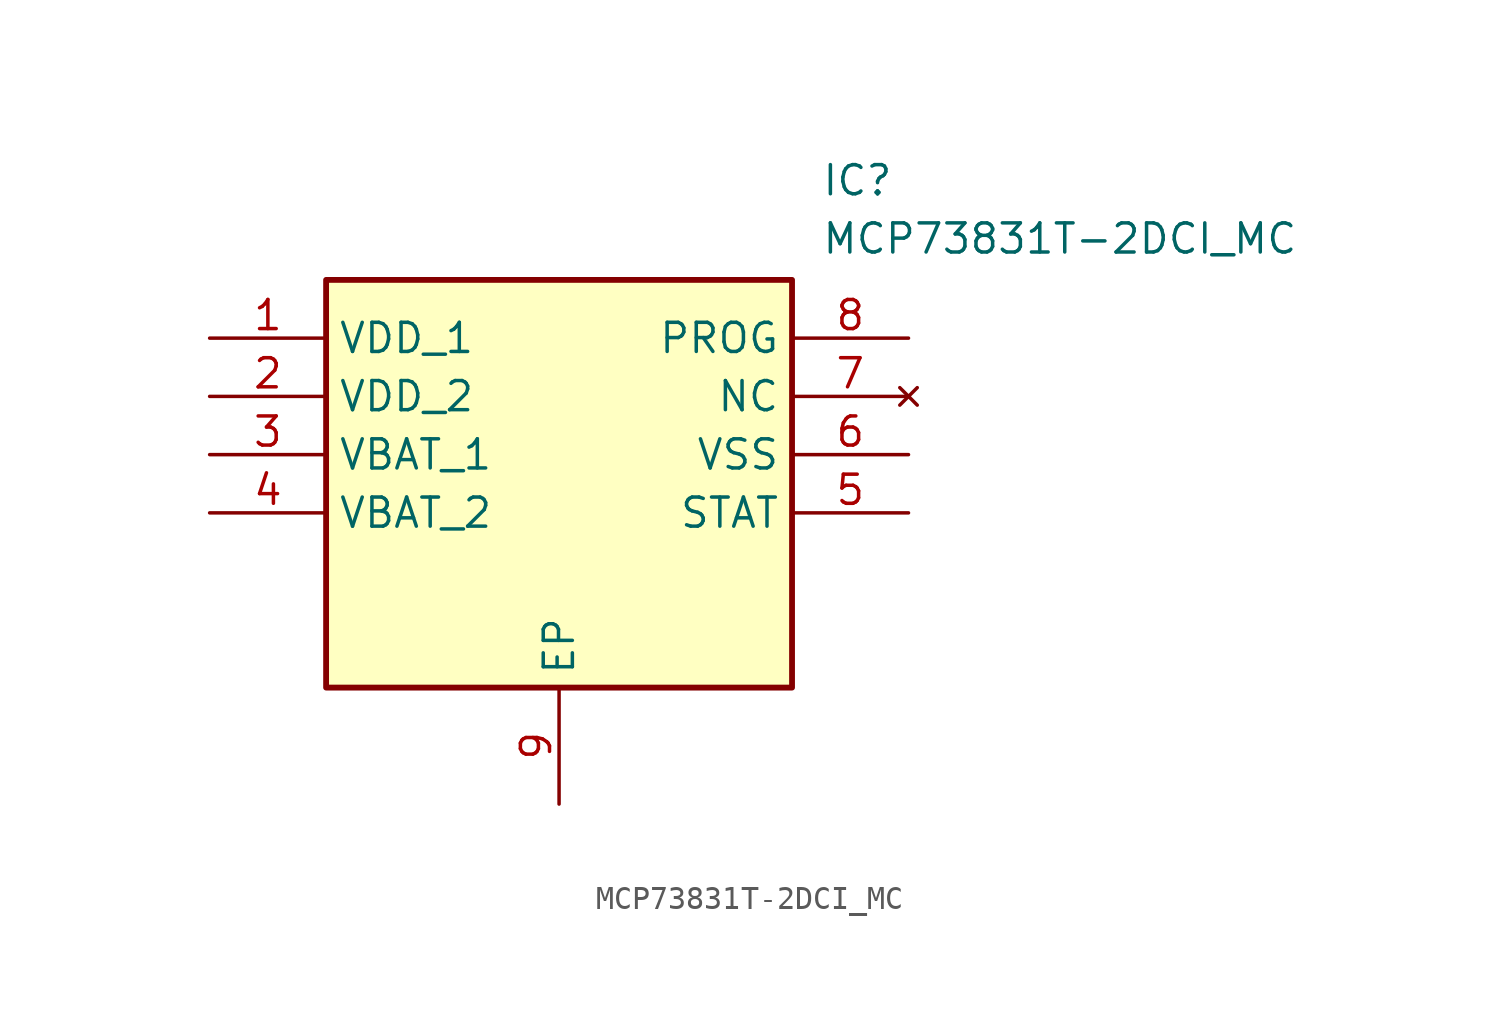
<source format=kicad_sym>
(kicad_symbol_lib
  (version 20211014)
  (generator SamacSys_ECAD_Model)
  (symbol "MCP73831T-2DCI_MC"
    (property "Reference" "IC"
      (at 26.67 7.62 0)
      (effects (font (size 1.27 1.27)) (justify left top)))
    (property "Value" "MCP73831T-2DCI_MC"
      (at 26.67 5.08 0)
      (effects (font (size 1.27 1.27)) (justify left top)))
    (rectangle
      (start 5.08 2.54)
      (end 25.4 -15.24)
      (stroke (width 0.254) (type default))
      (fill (type background)))
    (pin passive line
      (at 0 0 0)
      (length 5.08)
      (name "VDD_1" (effects (font (size 1.27 1.27))))
      (number "1" (effects (font (size 1.27 1.27)))))
    (pin passive line
      (at 0 -2.54 0)
      (length 5.08)
      (name "VDD_2" (effects (font (size 1.27 1.27))))
      (number "2" (effects (font (size 1.27 1.27)))))
    (pin passive line
      (at 0 -5.08 0)
      (length 5.08)
      (name "VBAT_1" (effects (font (size 1.27 1.27))))
      (number "3" (effects (font (size 1.27 1.27)))))
    (pin passive line
      (at 0 -7.62 0)
      (length 5.08)
      (name "VBAT_2" (effects (font (size 1.27 1.27))))
      (number "4" (effects (font (size 1.27 1.27)))))
    (pin passive line
      (at 15.24 -20.32 90)
      (length 5.08)
      (name "EP" (effects (font (size 1.27 1.27))))
      (number "9" (effects (font (size 1.27 1.27)))))
    (pin passive line
      (at 30.48 0 180)
      (length 5.08)
      (name "PROG" (effects (font (size 1.27 1.27))))
      (number "8" (effects (font (size 1.27 1.27)))))
    (pin no_connect line
      (at 30.48 -2.54 180)
      (length 5.08)
      (name "NC" (effects (font (size 1.27 1.27))))
      (number "7" (effects (font (size 1.27 1.27)))))
    (pin passive line
      (at 30.48 -5.08 180)
      (length 5.08)
      (name "VSS" (effects (font (size 1.27 1.27))))
      (number "6" (effects (font (size 1.27 1.27)))))
    (pin passive line
      (at 30.48 -7.62 180)
      (length 5.08)
      (name "STAT" (effects (font (size 1.27 1.27))))
      (number "5" (effects (font (size 1.27 1.27)))))))
</source>
